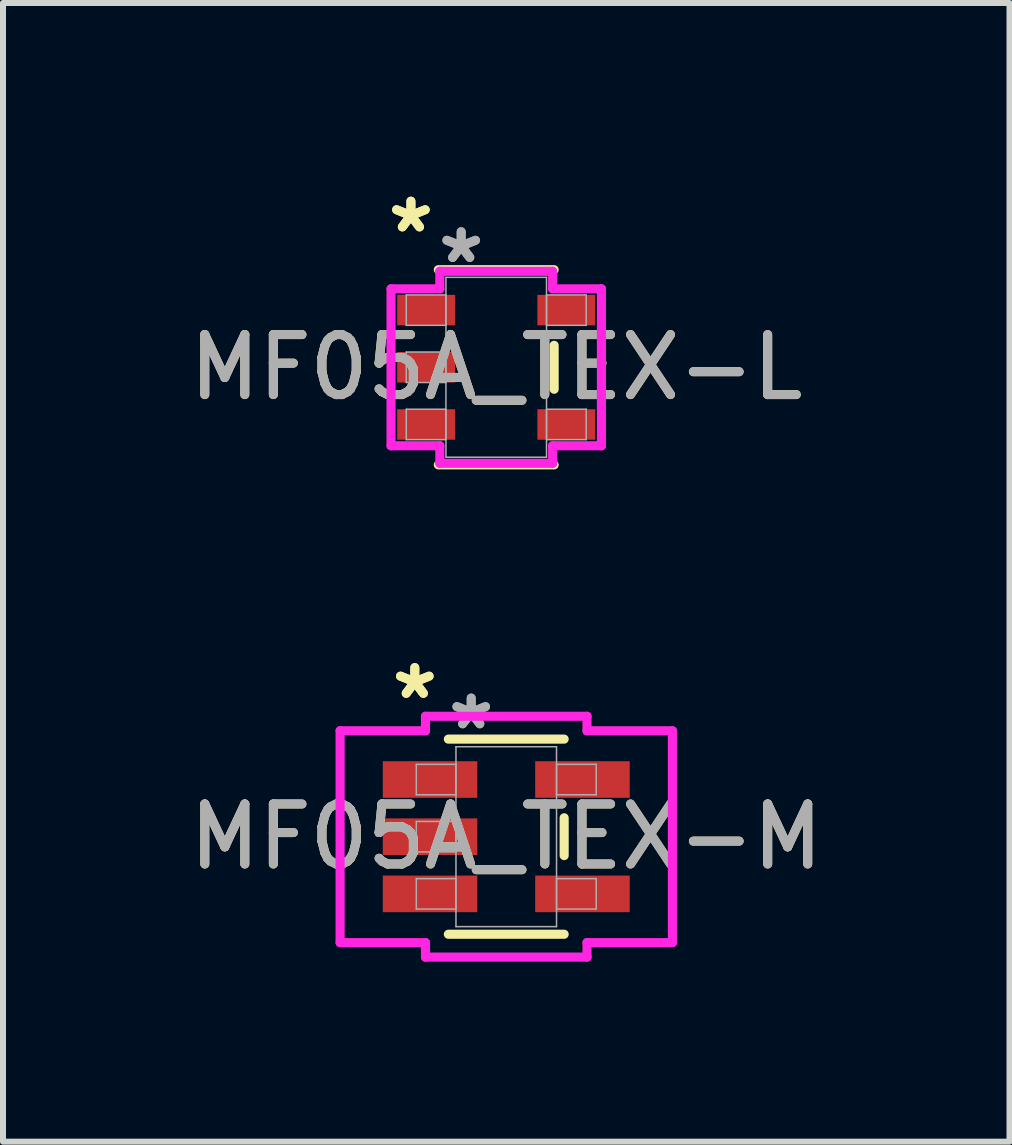
<source format=kicad_pcb>
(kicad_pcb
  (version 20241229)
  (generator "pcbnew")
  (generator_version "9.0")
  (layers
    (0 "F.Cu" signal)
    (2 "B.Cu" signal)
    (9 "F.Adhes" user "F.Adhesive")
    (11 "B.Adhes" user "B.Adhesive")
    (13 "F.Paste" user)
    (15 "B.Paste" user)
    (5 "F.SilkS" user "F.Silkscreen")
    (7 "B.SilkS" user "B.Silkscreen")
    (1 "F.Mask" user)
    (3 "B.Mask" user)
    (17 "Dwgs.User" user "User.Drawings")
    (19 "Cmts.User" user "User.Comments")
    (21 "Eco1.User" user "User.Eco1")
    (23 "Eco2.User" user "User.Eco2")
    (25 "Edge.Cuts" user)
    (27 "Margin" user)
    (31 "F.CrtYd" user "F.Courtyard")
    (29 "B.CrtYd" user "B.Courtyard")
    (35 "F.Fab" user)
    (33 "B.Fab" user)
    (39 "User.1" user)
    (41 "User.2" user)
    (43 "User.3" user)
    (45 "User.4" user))
  (footprint "MF05A_TEX-L"
    (layer "F.Cu")
    (at 5.22 3.071)
    (property "Reference" "MF05A_TEX-L" (at 0 0 0) (unlocked yes) (layer "F.SilkS") (effects (font (size 1 1) (thickness 0.15))))
    (attr smd)
    (fp_line (start -0.965 1.626) (end 0.965 1.626) (stroke (width 0.152) (type solid)) (layer "F.SilkS"))
    (fp_line (start 0.965 -1.626) (end -0.965 -1.626) (stroke (width 0.152) (type solid)) (layer "F.SilkS"))
    (fp_line (start 0.965 0.366) (end 0.965 -0.366) (stroke (width 0.152) (type solid)) (layer "F.SilkS"))
    (fp_line (start -1.753 -1.308) (end -0.94 -1.308) (stroke (width 0.152) (type solid)) (layer "F.CrtYd"))
    (fp_line (start -1.753 1.308) (end -1.753 -1.308) (stroke (width 0.152) (type solid)) (layer "F.CrtYd"))
    (fp_line (start -0.94 -1.6) (end 0.94 -1.6) (stroke (width 0.152) (type solid)) (layer "F.CrtYd"))
    (fp_line (start -0.94 -1.308) (end -0.94 -1.6) (stroke (width 0.152) (type solid)) (layer "F.CrtYd"))
    (fp_line (start -0.94 1.308) (end -1.753 1.308) (stroke (width 0.152) (type solid)) (layer "F.CrtYd"))
    (fp_line (start -0.94 1.6) (end -0.94 1.308) (stroke (width 0.152) (type solid)) (layer "F.CrtYd"))
    (fp_line (start 0.94 -1.6) (end 0.94 -1.308) (stroke (width 0.152) (type solid)) (layer "F.CrtYd"))
    (fp_line (start 0.94 -1.308) (end 1.753 -1.308) (stroke (width 0.152) (type solid)) (layer "F.CrtYd"))
    (fp_line (start 0.94 1.308) (end 0.94 1.6) (stroke (width 0.152) (type solid)) (layer "F.CrtYd"))
    (fp_line (start 0.94 1.6) (end -0.94 1.6) (stroke (width 0.152) (type solid)) (layer "F.CrtYd"))
    (fp_line (start 1.753 -1.308) (end 1.753 1.308) (stroke (width 0.152) (type solid)) (layer "F.CrtYd"))
    (fp_line (start 1.753 1.308) (end 0.94 1.308) (stroke (width 0.152) (type solid)) (layer "F.CrtYd"))
    (fp_line (start -1.499 -1.206) (end -1.499 -0.699) (stroke (width 0.025) (type solid)) (layer "F.Fab"))
    (fp_line (start -1.499 -0.699) (end -0.838 -0.699) (stroke (width 0.025) (type solid)) (layer "F.Fab"))
    (fp_line (start -1.499 -0.254) (end -1.499 0.254) (stroke (width 0.025) (type solid)) (layer "F.Fab"))
    (fp_line (start -1.499 0.254) (end -0.838 0.254) (stroke (width 0.025) (type solid)) (layer "F.Fab"))
    (fp_line (start -1.499 0.699) (end -1.499 1.206) (stroke (width 0.025) (type solid)) (layer "F.Fab"))
    (fp_line (start -1.499 1.206) (end -0.838 1.206) (stroke (width 0.025) (type solid)) (layer "F.Fab"))
    (fp_line (start -0.838 -1.499) (end -0.838 1.499) (stroke (width 0.025) (type solid)) (layer "F.Fab"))
    (fp_line (start -0.838 -1.206) (end -1.499 -1.206) (stroke (width 0.025) (type solid)) (layer "F.Fab"))
    (fp_line (start -0.838 -0.699) (end -0.838 -1.206) (stroke (width 0.025) (type solid)) (layer "F.Fab"))
    (fp_line (start -0.838 -0.254) (end -1.499 -0.254) (stroke (width 0.025) (type solid)) (layer "F.Fab"))
    (fp_line (start -0.838 0.254) (end -0.838 -0.254) (stroke (width 0.025) (type solid)) (layer "F.Fab"))
    (fp_line (start -0.838 0.699) (end -1.499 0.699) (stroke (width 0.025) (type solid)) (layer "F.Fab"))
    (fp_line (start -0.838 1.206) (end -0.838 0.699) (stroke (width 0.025) (type solid)) (layer "F.Fab"))
    (fp_line (start -0.838 1.499) (end 0.838 1.499) (stroke (width 0.025) (type solid)) (layer "F.Fab"))
    (fp_line (start 0.838 -1.499) (end -0.838 -1.499) (stroke (width 0.025) (type solid)) (layer "F.Fab"))
    (fp_line (start 0.838 -1.206) (end 0.838 -0.699) (stroke (width 0.025) (type solid)) (layer "F.Fab"))
    (fp_line (start 0.838 -0.699) (end 1.499 -0.699) (stroke (width 0.025) (type solid)) (layer "F.Fab"))
    (fp_line (start 0.838 0.699) (end 0.838 1.206) (stroke (width 0.025) (type solid)) (layer "F.Fab"))
    (fp_line (start 0.838 1.206) (end 1.499 1.206) (stroke (width 0.025) (type solid)) (layer "F.Fab"))
    (fp_line (start 0.838 1.499) (end 0.838 -1.499) (stroke (width 0.025) (type solid)) (layer "F.Fab"))
    (fp_line (start 1.499 -1.206) (end 0.838 -1.206) (stroke (width 0.025) (type solid)) (layer "F.Fab"))
    (fp_line (start 1.499 -0.699) (end 1.499 -1.206) (stroke (width 0.025) (type solid)) (layer "F.Fab"))
    (fp_line (start 1.499 0.699) (end 0.838 0.699) (stroke (width 0.025) (type solid)) (layer "F.Fab"))
    (fp_line (start 1.499 1.206) (end 1.499 0.699) (stroke (width 0.025) (type solid)) (layer "F.Fab"))
    (fp_text user "*" (at -1.422 -2.223 0) (unlocked yes) (layer "F.SilkS") (effects (font (size 1 1) (thickness 0.15))))
    (fp_text user "*" (at -1.422 -2.223 0) (layer "F.SilkS") (effects (font (size 1 1) (thickness 0.15))))
    (fp_text user "*" (at -0.584 -1.714 0) (layer "F.Fab") (effects (font (size 1 1) (thickness 0.15))))
    (fp_text user "*" (at -0.584 -1.714 0) (unlocked yes) (layer "F.Fab") (effects (font (size 1 1) (thickness 0.15))))
    (fp_text user "${REFERENCE}" (at 0 0 0) (unlocked yes) (layer "F.Fab") (effects (font (size 1 1) (thickness 0.15))))
    (pad "1" smd rect (at -1.168 -0.953) (size 0.965 0.508) (layers "F.Cu" "F.Mask" "F.Paste"))
    (pad "2" smd rect (at -1.168 0) (size 0.965 0.508) (layers "F.Cu" "F.Mask" "F.Paste"))
    (pad "3" smd rect (at -1.168 0.953) (size 0.965 0.508) (layers "F.Cu" "F.Mask" "F.Paste"))
    (pad "4" smd rect (at 1.168 0.953) (size 0.965 0.508) (layers "F.Cu" "F.Mask" "F.Paste"))
    (pad "5" smd rect (at 1.168 -0.953) (size 0.965 0.508) (layers "F.Cu" "F.Mask" "F.Paste")))
  (footprint "MF05A_TEX-M"
    (layer "F.Cu")
    (at 5.387 10.894)
    (property "Reference" "MF05A_TEX-M" (at 0 0 0) (unlocked yes) (layer "F.SilkS") (effects (font (size 1 1) (thickness 0.15))))
    (attr smd)
    (fp_line (start -0.965 1.626) (end 0.965 1.626) (stroke (width 0.152) (type solid)) (layer "F.SilkS"))
    (fp_line (start 0.965 -1.626) (end -0.965 -1.626) (stroke (width 0.152) (type solid)) (layer "F.SilkS"))
    (fp_line (start 0.965 0.315) (end 0.965 -0.315) (stroke (width 0.152) (type solid)) (layer "F.SilkS"))
    (fp_line (start -2.769 -1.765) (end -1.346 -1.765) (stroke (width 0.152) (type solid)) (layer "F.CrtYd"))
    (fp_line (start -2.769 1.765) (end -2.769 -1.765) (stroke (width 0.152) (type solid)) (layer "F.CrtYd"))
    (fp_line (start -1.346 -2.007) (end 1.346 -2.007) (stroke (width 0.152) (type solid)) (layer "F.CrtYd"))
    (fp_line (start -1.346 -1.765) (end -1.346 -2.007) (stroke (width 0.152) (type solid)) (layer "F.CrtYd"))
    (fp_line (start -1.346 1.765) (end -2.769 1.765) (stroke (width 0.152) (type solid)) (layer "F.CrtYd"))
    (fp_line (start -1.346 2.007) (end -1.346 1.765) (stroke (width 0.152) (type solid)) (layer "F.CrtYd"))
    (fp_line (start 1.346 -2.007) (end 1.346 -1.765) (stroke (width 0.152) (type solid)) (layer "F.CrtYd"))
    (fp_line (start 1.346 -1.765) (end 2.769 -1.765) (stroke (width 0.152) (type solid)) (layer "F.CrtYd"))
    (fp_line (start 1.346 1.765) (end 1.346 2.007) (stroke (width 0.152) (type solid)) (layer "F.CrtYd"))
    (fp_line (start 1.346 2.007) (end -1.346 2.007) (stroke (width 0.152) (type solid)) (layer "F.CrtYd"))
    (fp_line (start 2.769 -1.765) (end 2.769 1.765) (stroke (width 0.152) (type solid)) (layer "F.CrtYd"))
    (fp_line (start 2.769 1.765) (end 1.346 1.765) (stroke (width 0.152) (type solid)) (layer "F.CrtYd"))
    (fp_line (start -1.499 -1.206) (end -1.499 -0.699) (stroke (width 0.025) (type solid)) (layer "F.Fab"))
    (fp_line (start -1.499 -0.699) (end -0.838 -0.699) (stroke (width 0.025) (type solid)) (layer "F.Fab"))
    (fp_line (start -1.499 -0.254) (end -1.499 0.254) (stroke (width 0.025) (type solid)) (layer "F.Fab"))
    (fp_line (start -1.499 0.254) (end -0.838 0.254) (stroke (width 0.025) (type solid)) (layer "F.Fab"))
    (fp_line (start -1.499 0.699) (end -1.499 1.206) (stroke (width 0.025) (type solid)) (layer "F.Fab"))
    (fp_line (start -1.499 1.206) (end -0.838 1.206) (stroke (width 0.025) (type solid)) (layer "F.Fab"))
    (fp_line (start -0.838 -1.499) (end -0.838 1.499) (stroke (width 0.025) (type solid)) (layer "F.Fab"))
    (fp_line (start -0.838 -1.206) (end -1.499 -1.206) (stroke (width 0.025) (type solid)) (layer "F.Fab"))
    (fp_line (start -0.838 -0.699) (end -0.838 -1.206) (stroke (width 0.025) (type solid)) (layer "F.Fab"))
    (fp_line (start -0.838 -0.254) (end -1.499 -0.254) (stroke (width 0.025) (type solid)) (layer "F.Fab"))
    (fp_line (start -0.838 0.254) (end -0.838 -0.254) (stroke (width 0.025) (type solid)) (layer "F.Fab"))
    (fp_line (start -0.838 0.699) (end -1.499 0.699) (stroke (width 0.025) (type solid)) (layer "F.Fab"))
    (fp_line (start -0.838 1.206) (end -0.838 0.699) (stroke (width 0.025) (type solid)) (layer "F.Fab"))
    (fp_line (start -0.838 1.499) (end 0.838 1.499) (stroke (width 0.025) (type solid)) (layer "F.Fab"))
    (fp_line (start 0.838 -1.499) (end -0.838 -1.499) (stroke (width 0.025) (type solid)) (layer "F.Fab"))
    (fp_line (start 0.838 -1.206) (end 0.838 -0.699) (stroke (width 0.025) (type solid)) (layer "F.Fab"))
    (fp_line (start 0.838 -0.699) (end 1.499 -0.699) (stroke (width 0.025) (type solid)) (layer "F.Fab"))
    (fp_line (start 0.838 0.699) (end 0.838 1.206) (stroke (width 0.025) (type solid)) (layer "F.Fab"))
    (fp_line (start 0.838 1.206) (end 1.499 1.206) (stroke (width 0.025) (type solid)) (layer "F.Fab"))
    (fp_line (start 0.838 1.499) (end 0.838 -1.499) (stroke (width 0.025) (type solid)) (layer "F.Fab"))
    (fp_line (start 1.499 -1.206) (end 0.838 -1.206) (stroke (width 0.025) (type solid)) (layer "F.Fab"))
    (fp_line (start 1.499 -0.699) (end 1.499 -1.206) (stroke (width 0.025) (type solid)) (layer "F.Fab"))
    (fp_line (start 1.499 0.699) (end 0.838 0.699) (stroke (width 0.025) (type solid)) (layer "F.Fab"))
    (fp_line (start 1.499 1.206) (end 1.499 0.699) (stroke (width 0.025) (type solid)) (layer "F.Fab"))
    (fp_text user "*" (at -1.524 -2.273 0) (unlocked yes) (layer "F.SilkS") (effects (font (size 1 1) (thickness 0.15))))
    (fp_text user "*" (at -1.524 -2.273 0) (layer "F.SilkS") (effects (font (size 1 1) (thickness 0.15))))
    (fp_text user "${REFERENCE}" (at 0 0 0) (unlocked yes) (layer "F.Fab") (effects (font (size 1 1) (thickness 0.15))))
    (fp_text user "*" (at -0.584 -1.765 0) (layer "F.Fab") (effects (font (size 1 1) (thickness 0.15))))
    (fp_text user "*" (at -0.584 -1.765 0) (unlocked yes) (layer "F.Fab") (effects (font (size 1 1) (thickness 0.15))))
    (pad "1" smd rect (at -1.27 -0.953) (size 1.575 0.61) (layers "F.Cu" "F.Mask" "F.Paste"))
    (pad "2" smd rect (at -1.27 0) (size 1.575 0.61) (layers "F.Cu" "F.Mask" "F.Paste"))
    (pad "3" smd rect (at -1.27 0.953) (size 1.575 0.61) (layers "F.Cu" "F.Mask" "F.Paste"))
    (pad "4" smd rect (at 1.27 0.953) (size 1.575 0.61) (layers "F.Cu" "F.Mask" "F.Paste"))
    (pad "5" smd rect (at 1.27 -0.953) (size 1.575 0.61) (layers "F.Cu" "F.Mask" "F.Paste")))
  (gr_rect
    (start -3 -3)
    (end 13.774 15.977)
    (stroke (width 0.1) (type default))
    (fill no)
    (layer "Edge.Cuts")))
</source>
